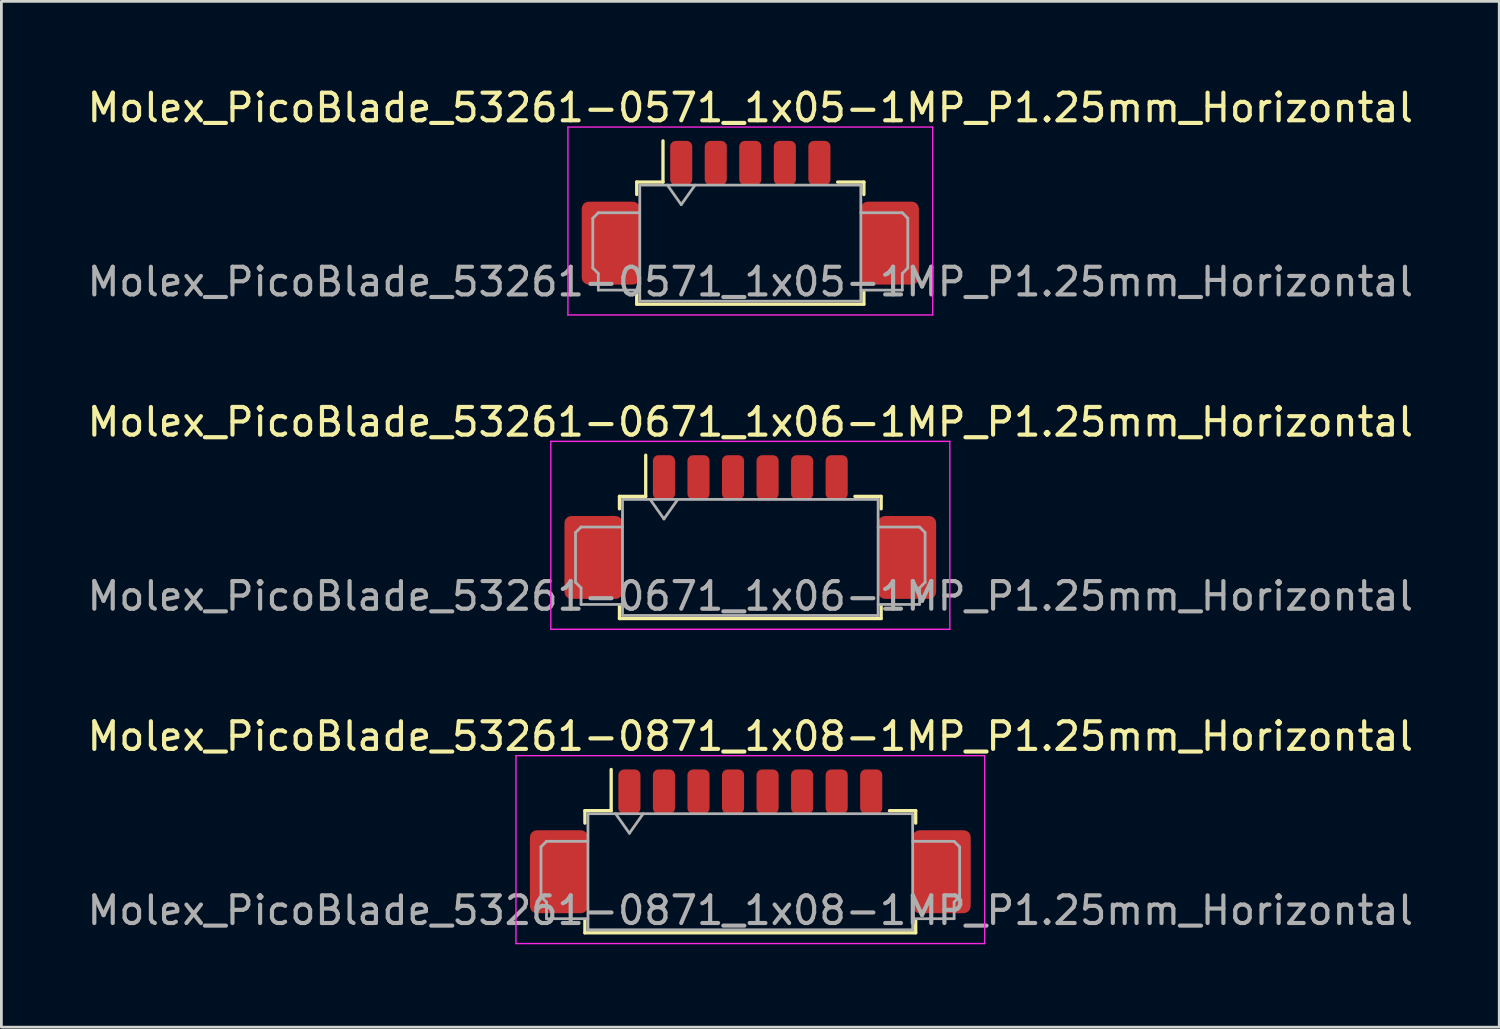
<source format=kicad_pcb>
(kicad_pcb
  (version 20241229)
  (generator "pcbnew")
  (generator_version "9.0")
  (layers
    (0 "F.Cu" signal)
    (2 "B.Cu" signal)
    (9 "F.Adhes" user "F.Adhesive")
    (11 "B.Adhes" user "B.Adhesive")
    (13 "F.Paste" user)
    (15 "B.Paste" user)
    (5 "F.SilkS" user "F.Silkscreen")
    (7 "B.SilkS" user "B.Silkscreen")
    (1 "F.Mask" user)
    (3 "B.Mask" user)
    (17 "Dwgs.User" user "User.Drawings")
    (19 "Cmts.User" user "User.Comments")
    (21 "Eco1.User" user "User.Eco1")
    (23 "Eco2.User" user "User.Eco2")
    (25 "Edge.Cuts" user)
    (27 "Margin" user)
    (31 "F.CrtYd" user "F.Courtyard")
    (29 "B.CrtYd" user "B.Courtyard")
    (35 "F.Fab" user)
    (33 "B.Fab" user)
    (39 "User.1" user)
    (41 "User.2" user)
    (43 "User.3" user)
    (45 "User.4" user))
  (footprint "Molex_PicoBlade_53261-0871_1x08-1MP_P1.25mm_Horizontal"
    (layer "F.Cu")
    (at 24.101 27.995)
    (property "Reference" "Molex_PicoBlade_53261-0871_1x08-1MP_P1.25mm_Horizontal" (at 0 -4.4 0) (layer "F.SilkS") (effects (font (size 1 1) (thickness 0.15))))
    (attr smd)
    (fp_line (start -5.985 -1.71) (end -5.035 -1.71) (stroke (width 0.12) (type solid)) (layer "F.SilkS"))
    (fp_line (start -5.985 -1.26) (end -5.985 -1.71) (stroke (width 0.12) (type solid)) (layer "F.SilkS"))
    (fp_line (start -5.985 2.26) (end -5.985 2.71) (stroke (width 0.12) (type solid)) (layer "F.SilkS"))
    (fp_line (start -5.985 2.71) (end 5.985 2.71) (stroke (width 0.12) (type solid)) (layer "F.SilkS"))
    (fp_line (start -5.035 -1.71) (end -5.035 -3.2) (stroke (width 0.12) (type solid)) (layer "F.SilkS"))
    (fp_line (start 5.985 -1.71) (end 5.035 -1.71) (stroke (width 0.12) (type solid)) (layer "F.SilkS"))
    (fp_line (start 5.985 -1.26) (end 5.985 -1.71) (stroke (width 0.12) (type solid)) (layer "F.SilkS"))
    (fp_line (start 5.985 2.71) (end 5.985 2.26) (stroke (width 0.12) (type solid)) (layer "F.SilkS"))
    (fp_line (start -8.48 -3.7) (end -8.48 3.1) (stroke (width 0.05) (type solid)) (layer "F.CrtYd"))
    (fp_line (start -8.48 3.1) (end 8.48 3.1) (stroke (width 0.05) (type solid)) (layer "F.CrtYd"))
    (fp_line (start 8.48 -3.7) (end -8.48 -3.7) (stroke (width 0.05) (type solid)) (layer "F.CrtYd"))
    (fp_line (start 8.48 3.1) (end 8.48 -3.7) (stroke (width 0.05) (type solid)) (layer "F.CrtYd"))
    (fp_line (start -7.575 -0.4) (end -7.575 1.4) (stroke (width 0.1) (type solid)) (layer "F.Fab"))
    (fp_line (start -7.575 1.4) (end -7.375 1.6) (stroke (width 0.1) (type solid)) (layer "F.Fab"))
    (fp_line (start -7.375 -0.6) (end -7.575 -0.4) (stroke (width 0.1) (type solid)) (layer "F.Fab"))
    (fp_line (start -7.375 1.6) (end -7.375 2.2) (stroke (width 0.1) (type solid)) (layer "F.Fab"))
    (fp_line (start -7.375 2.2) (end -5.875 2.2) (stroke (width 0.1) (type solid)) (layer "F.Fab"))
    (fp_line (start -5.875 -1.6) (end -5.875 2.6) (stroke (width 0.1) (type solid)) (layer "F.Fab"))
    (fp_line (start -5.875 -1.6) (end 5.875 -1.6) (stroke (width 0.1) (type solid)) (layer "F.Fab"))
    (fp_line (start -5.875 -0.6) (end -7.375 -0.6) (stroke (width 0.1) (type solid)) (layer "F.Fab"))
    (fp_line (start -5.875 2.6) (end 5.875 2.6) (stroke (width 0.1) (type solid)) (layer "F.Fab"))
    (fp_line (start -4.875 -1.6) (end -4.375 -0.893) (stroke (width 0.1) (type solid)) (layer "F.Fab"))
    (fp_line (start -4.375 -0.893) (end -3.875 -1.6) (stroke (width 0.1) (type solid)) (layer "F.Fab"))
    (fp_line (start 5.875 -1.6) (end 5.875 2.6) (stroke (width 0.1) (type solid)) (layer "F.Fab"))
    (fp_line (start 5.875 -0.6) (end 7.375 -0.6) (stroke (width 0.1) (type solid)) (layer "F.Fab"))
    (fp_line (start 7.375 -0.6) (end 7.575 -0.4) (stroke (width 0.1) (type solid)) (layer "F.Fab"))
    (fp_line (start 7.375 1.6) (end 7.375 2.2) (stroke (width 0.1) (type solid)) (layer "F.Fab"))
    (fp_line (start 7.375 2.2) (end 5.875 2.2) (stroke (width 0.1) (type solid)) (layer "F.Fab"))
    (fp_line (start 7.575 -0.4) (end 7.575 1.4) (stroke (width 0.1) (type solid)) (layer "F.Fab"))
    (fp_line (start 7.575 1.4) (end 7.375 1.6) (stroke (width 0.1) (type solid)) (layer "F.Fab"))
    (fp_text user "${REFERENCE}" (at 0 1.9 0) (layer "F.Fab") (effects (font (size 1 1) (thickness 0.15))))
    (pad "1" smd roundrect (at -4.375 -2.4) (size 0.8 1.6) (layers "F.Cu" "F.Mask" "F.Paste") (roundrect_rratio 0.25))
    (pad "2" smd roundrect (at -3.125 -2.4) (size 0.8 1.6) (layers "F.Cu" "F.Mask" "F.Paste") (roundrect_rratio 0.25))
    (pad "3" smd roundrect (at -1.875 -2.4) (size 0.8 1.6) (layers "F.Cu" "F.Mask" "F.Paste") (roundrect_rratio 0.25))
    (pad "4" smd roundrect (at -0.625 -2.4) (size 0.8 1.6) (layers "F.Cu" "F.Mask" "F.Paste") (roundrect_rratio 0.25))
    (pad "5" smd roundrect (at 0.625 -2.4) (size 0.8 1.6) (layers "F.Cu" "F.Mask" "F.Paste") (roundrect_rratio 0.25))
    (pad "6" smd roundrect (at 1.875 -2.4) (size 0.8 1.6) (layers "F.Cu" "F.Mask" "F.Paste") (roundrect_rratio 0.25))
    (pad "7" smd roundrect (at 3.125 -2.4) (size 0.8 1.6) (layers "F.Cu" "F.Mask" "F.Paste") (roundrect_rratio 0.25))
    (pad "8" smd roundrect (at 4.375 -2.4) (size 0.8 1.6) (layers "F.Cu" "F.Mask" "F.Paste") (roundrect_rratio 0.25))
    (pad "MP" smd roundrect (at -6.925 0.5) (size 2.1 3) (layers "F.Cu" "F.Mask" "F.Paste") (roundrect_rratio 0.119))
    (pad "MP" smd roundrect (at 6.925 0.5) (size 2.1 3) (layers "F.Cu" "F.Mask" "F.Paste") (roundrect_rratio 0.119)))
  (footprint "Molex_PicoBlade_53261-0571_1x05-1MP_P1.25mm_Horizontal"
    (layer "F.Cu")
    (at 24.101 5.248)
    (property "Reference" "Molex_PicoBlade_53261-0571_1x05-1MP_P1.25mm_Horizontal" (at 0 -4.4 0) (layer "F.SilkS") (effects (font (size 1 1) (thickness 0.15))))
    (attr smd)
    (fp_line (start -4.11 -1.71) (end -3.16 -1.71) (stroke (width 0.12) (type solid)) (layer "F.SilkS"))
    (fp_line (start -4.11 -1.26) (end -4.11 -1.71) (stroke (width 0.12) (type solid)) (layer "F.SilkS"))
    (fp_line (start -4.11 2.26) (end -4.11 2.71) (stroke (width 0.12) (type solid)) (layer "F.SilkS"))
    (fp_line (start -4.11 2.71) (end 4.11 2.71) (stroke (width 0.12) (type solid)) (layer "F.SilkS"))
    (fp_line (start -3.16 -1.71) (end -3.16 -3.2) (stroke (width 0.12) (type solid)) (layer "F.SilkS"))
    (fp_line (start 4.11 -1.71) (end 3.16 -1.71) (stroke (width 0.12) (type solid)) (layer "F.SilkS"))
    (fp_line (start 4.11 -1.26) (end 4.11 -1.71) (stroke (width 0.12) (type solid)) (layer "F.SilkS"))
    (fp_line (start 4.11 2.71) (end 4.11 2.26) (stroke (width 0.12) (type solid)) (layer "F.SilkS"))
    (fp_line (start -6.6 -3.7) (end -6.6 3.1) (stroke (width 0.05) (type solid)) (layer "F.CrtYd"))
    (fp_line (start -6.6 3.1) (end 6.6 3.1) (stroke (width 0.05) (type solid)) (layer "F.CrtYd"))
    (fp_line (start 6.6 -3.7) (end -6.6 -3.7) (stroke (width 0.05) (type solid)) (layer "F.CrtYd"))
    (fp_line (start 6.6 3.1) (end 6.6 -3.7) (stroke (width 0.05) (type solid)) (layer "F.CrtYd"))
    (fp_line (start -5.7 -0.4) (end -5.7 1.4) (stroke (width 0.1) (type solid)) (layer "F.Fab"))
    (fp_line (start -5.7 1.4) (end -5.5 1.6) (stroke (width 0.1) (type solid)) (layer "F.Fab"))
    (fp_line (start -5.5 -0.6) (end -5.7 -0.4) (stroke (width 0.1) (type solid)) (layer "F.Fab"))
    (fp_line (start -5.5 1.6) (end -5.5 2.2) (stroke (width 0.1) (type solid)) (layer "F.Fab"))
    (fp_line (start -5.5 2.2) (end -4 2.2) (stroke (width 0.1) (type solid)) (layer "F.Fab"))
    (fp_line (start -4 -1.6) (end -4 2.6) (stroke (width 0.1) (type solid)) (layer "F.Fab"))
    (fp_line (start -4 -1.6) (end 4 -1.6) (stroke (width 0.1) (type solid)) (layer "F.Fab"))
    (fp_line (start -4 -0.6) (end -5.5 -0.6) (stroke (width 0.1) (type solid)) (layer "F.Fab"))
    (fp_line (start -4 2.6) (end 4 2.6) (stroke (width 0.1) (type solid)) (layer "F.Fab"))
    (fp_line (start -3 -1.6) (end -2.5 -0.893) (stroke (width 0.1) (type solid)) (layer "F.Fab"))
    (fp_line (start -2.5 -0.893) (end -2 -1.6) (stroke (width 0.1) (type solid)) (layer "F.Fab"))
    (fp_line (start 4 -1.6) (end 4 2.6) (stroke (width 0.1) (type solid)) (layer "F.Fab"))
    (fp_line (start 4 -0.6) (end 5.5 -0.6) (stroke (width 0.1) (type solid)) (layer "F.Fab"))
    (fp_line (start 5.5 -0.6) (end 5.7 -0.4) (stroke (width 0.1) (type solid)) (layer "F.Fab"))
    (fp_line (start 5.5 1.6) (end 5.5 2.2) (stroke (width 0.1) (type solid)) (layer "F.Fab"))
    (fp_line (start 5.5 2.2) (end 4 2.2) (stroke (width 0.1) (type solid)) (layer "F.Fab"))
    (fp_line (start 5.7 -0.4) (end 5.7 1.4) (stroke (width 0.1) (type solid)) (layer "F.Fab"))
    (fp_line (start 5.7 1.4) (end 5.5 1.6) (stroke (width 0.1) (type solid)) (layer "F.Fab"))
    (fp_text user "${REFERENCE}" (at 0 1.9 0) (layer "F.Fab") (effects (font (size 1 1) (thickness 0.15))))
    (pad "1" smd roundrect (at -2.5 -2.4) (size 0.8 1.6) (layers "F.Cu" "F.Mask" "F.Paste") (roundrect_rratio 0.25))
    (pad "2" smd roundrect (at -1.25 -2.4) (size 0.8 1.6) (layers "F.Cu" "F.Mask" "F.Paste") (roundrect_rratio 0.25))
    (pad "3" smd roundrect (at 0 -2.4) (size 0.8 1.6) (layers "F.Cu" "F.Mask" "F.Paste") (roundrect_rratio 0.25))
    (pad "4" smd roundrect (at 1.25 -2.4) (size 0.8 1.6) (layers "F.Cu" "F.Mask" "F.Paste") (roundrect_rratio 0.25))
    (pad "5" smd roundrect (at 2.5 -2.4) (size 0.8 1.6) (layers "F.Cu" "F.Mask" "F.Paste") (roundrect_rratio 0.25))
    (pad "MP" smd roundrect (at -5.05 0.5) (size 2.1 3) (layers "F.Cu" "F.Mask" "F.Paste") (roundrect_rratio 0.119))
    (pad "MP" smd roundrect (at 5.05 0.5) (size 2.1 3) (layers "F.Cu" "F.Mask" "F.Paste") (roundrect_rratio 0.119)))
  (footprint "Molex_PicoBlade_53261-0671_1x06-1MP_P1.25mm_Horizontal"
    (layer "F.Cu")
    (at 24.101 16.622)
    (property "Reference" "Molex_PicoBlade_53261-0671_1x06-1MP_P1.25mm_Horizontal" (at 0 -4.4 0) (layer "F.SilkS") (effects (font (size 1 1) (thickness 0.15))))
    (attr smd)
    (fp_line (start -4.735 -1.71) (end -3.785 -1.71) (stroke (width 0.12) (type solid)) (layer "F.SilkS"))
    (fp_line (start -4.735 -1.26) (end -4.735 -1.71) (stroke (width 0.12) (type solid)) (layer "F.SilkS"))
    (fp_line (start -4.735 2.26) (end -4.735 2.71) (stroke (width 0.12) (type solid)) (layer "F.SilkS"))
    (fp_line (start -4.735 2.71) (end 4.735 2.71) (stroke (width 0.12) (type solid)) (layer "F.SilkS"))
    (fp_line (start -3.785 -1.71) (end -3.785 -3.2) (stroke (width 0.12) (type solid)) (layer "F.SilkS"))
    (fp_line (start 4.735 -1.71) (end 3.785 -1.71) (stroke (width 0.12) (type solid)) (layer "F.SilkS"))
    (fp_line (start 4.735 -1.26) (end 4.735 -1.71) (stroke (width 0.12) (type solid)) (layer "F.SilkS"))
    (fp_line (start 4.735 2.71) (end 4.735 2.26) (stroke (width 0.12) (type solid)) (layer "F.SilkS"))
    (fp_line (start -7.22 -3.7) (end -7.22 3.1) (stroke (width 0.05) (type solid)) (layer "F.CrtYd"))
    (fp_line (start -7.22 3.1) (end 7.22 3.1) (stroke (width 0.05) (type solid)) (layer "F.CrtYd"))
    (fp_line (start 7.22 -3.7) (end -7.22 -3.7) (stroke (width 0.05) (type solid)) (layer "F.CrtYd"))
    (fp_line (start 7.22 3.1) (end 7.22 -3.7) (stroke (width 0.05) (type solid)) (layer "F.CrtYd"))
    (fp_line (start -6.325 -0.4) (end -6.325 1.4) (stroke (width 0.1) (type solid)) (layer "F.Fab"))
    (fp_line (start -6.325 1.4) (end -6.125 1.6) (stroke (width 0.1) (type solid)) (layer "F.Fab"))
    (fp_line (start -6.125 -0.6) (end -6.325 -0.4) (stroke (width 0.1) (type solid)) (layer "F.Fab"))
    (fp_line (start -6.125 1.6) (end -6.125 2.2) (stroke (width 0.1) (type solid)) (layer "F.Fab"))
    (fp_line (start -6.125 2.2) (end -4.625 2.2) (stroke (width 0.1) (type solid)) (layer "F.Fab"))
    (fp_line (start -4.625 -1.6) (end -4.625 2.6) (stroke (width 0.1) (type solid)) (layer "F.Fab"))
    (fp_line (start -4.625 -1.6) (end 4.625 -1.6) (stroke (width 0.1) (type solid)) (layer "F.Fab"))
    (fp_line (start -4.625 -0.6) (end -6.125 -0.6) (stroke (width 0.1) (type solid)) (layer "F.Fab"))
    (fp_line (start -4.625 2.6) (end 4.625 2.6) (stroke (width 0.1) (type solid)) (layer "F.Fab"))
    (fp_line (start -3.625 -1.6) (end -3.125 -0.893) (stroke (width 0.1) (type solid)) (layer "F.Fab"))
    (fp_line (start -3.125 -0.893) (end -2.625 -1.6) (stroke (width 0.1) (type solid)) (layer "F.Fab"))
    (fp_line (start 4.625 -1.6) (end 4.625 2.6) (stroke (width 0.1) (type solid)) (layer "F.Fab"))
    (fp_line (start 4.625 -0.6) (end 6.125 -0.6) (stroke (width 0.1) (type solid)) (layer "F.Fab"))
    (fp_line (start 6.125 -0.6) (end 6.325 -0.4) (stroke (width 0.1) (type solid)) (layer "F.Fab"))
    (fp_line (start 6.125 1.6) (end 6.125 2.2) (stroke (width 0.1) (type solid)) (layer "F.Fab"))
    (fp_line (start 6.125 2.2) (end 4.625 2.2) (stroke (width 0.1) (type solid)) (layer "F.Fab"))
    (fp_line (start 6.325 -0.4) (end 6.325 1.4) (stroke (width 0.1) (type solid)) (layer "F.Fab"))
    (fp_line (start 6.325 1.4) (end 6.125 1.6) (stroke (width 0.1) (type solid)) (layer "F.Fab"))
    (fp_text user "${REFERENCE}" (at 0 1.9 0) (layer "F.Fab") (effects (font (size 1 1) (thickness 0.15))))
    (pad "1" smd roundrect (at -3.125 -2.4) (size 0.8 1.6) (layers "F.Cu" "F.Mask" "F.Paste") (roundrect_rratio 0.25))
    (pad "2" smd roundrect (at -1.875 -2.4) (size 0.8 1.6) (layers "F.Cu" "F.Mask" "F.Paste") (roundrect_rratio 0.25))
    (pad "3" smd roundrect (at -0.625 -2.4) (size 0.8 1.6) (layers "F.Cu" "F.Mask" "F.Paste") (roundrect_rratio 0.25))
    (pad "4" smd roundrect (at 0.625 -2.4) (size 0.8 1.6) (layers "F.Cu" "F.Mask" "F.Paste") (roundrect_rratio 0.25))
    (pad "5" smd roundrect (at 1.875 -2.4) (size 0.8 1.6) (layers "F.Cu" "F.Mask" "F.Paste") (roundrect_rratio 0.25))
    (pad "6" smd roundrect (at 3.125 -2.4) (size 0.8 1.6) (layers "F.Cu" "F.Mask" "F.Paste") (roundrect_rratio 0.25))
    (pad "MP" smd roundrect (at -5.675 0.5) (size 2.1 3) (layers "F.Cu" "F.Mask" "F.Paste") (roundrect_rratio 0.119))
    (pad "MP" smd roundrect (at 5.675 0.5) (size 2.1 3) (layers "F.Cu" "F.Mask" "F.Paste") (roundrect_rratio 0.119)))
  (gr_rect
    (start -3 -3)
    (end 51.202 34.12)
    (stroke (width 0.1) (type default))
    (fill no)
    (layer "Edge.Cuts")))
</source>
